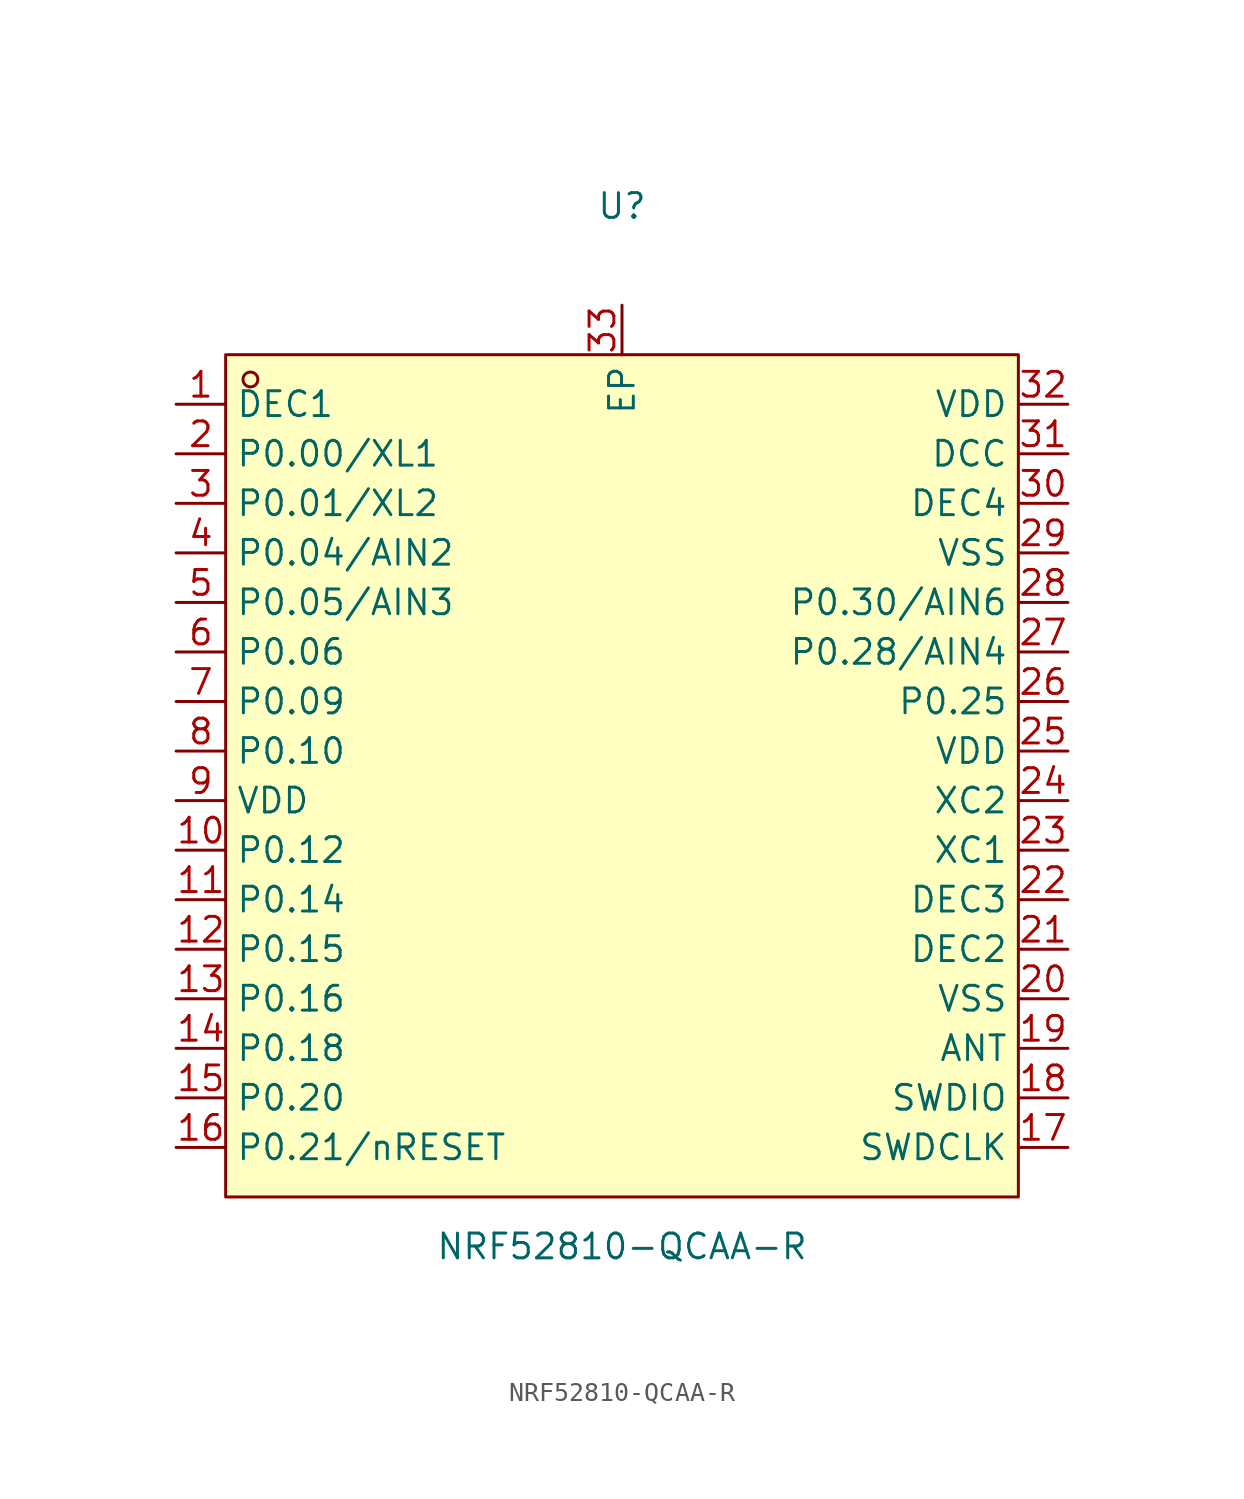
<source format=kicad_sym>
(kicad_symbol_lib
  (version 20211014)
  (generator https://github.com/uPesy/easyeda2kicad.py)
  (symbol "NRF52810-QCAA-R"
    (property "Reference" "U"
      (at 0 29.21 0)
      (effects (font (size 1.27 1.27))))
    (property "Value" "NRF52810-QCAA-R"
      (at 0 -24.13 0)
      (effects (font (size 1.27 1.27))))
    (symbol "NRF52810-QCAA-R_0_1"
      (rectangle (start -20.32 21.59) (end 20.32 -21.59) (stroke (width 0) (type default) (color 0 0 0 0)) (fill (type background)))
      (circle (center -19.05 20.32) (radius 0.38) (stroke (width 0) (type default) (color 0 0 0 0)) (fill (type none)))
      (pin unspecified line (at -22.86 19.05 0) (length 2.54) (name "DEC1" (effects (font (size 1.27 1.27)))) (number "1" (effects (font (size 1.27 1.27)))))
      (pin unspecified line (at -22.86 16.51 0) (length 2.54) (name "P0.00/XL1" (effects (font (size 1.27 1.27)))) (number "2" (effects (font (size 1.27 1.27)))))
      (pin unspecified line (at -22.86 13.97 0) (length 2.54) (name "P0.01/XL2" (effects (font (size 1.27 1.27)))) (number "3" (effects (font (size 1.27 1.27)))))
      (pin unspecified line (at -22.86 11.43 0) (length 2.54) (name "P0.04/AIN2" (effects (font (size 1.27 1.27)))) (number "4" (effects (font (size 1.27 1.27)))))
      (pin unspecified line (at -22.86 8.89 0) (length 2.54) (name "P0.05/AIN3" (effects (font (size 1.27 1.27)))) (number "5" (effects (font (size 1.27 1.27)))))
      (pin unspecified line (at -22.86 6.35 0) (length 2.54) (name "P0.06" (effects (font (size 1.27 1.27)))) (number "6" (effects (font (size 1.27 1.27)))))
      (pin unspecified line (at -22.86 3.81 0) (length 2.54) (name "P0.09" (effects (font (size 1.27 1.27)))) (number "7" (effects (font (size 1.27 1.27)))))
      (pin unspecified line (at -22.86 1.27 0) (length 2.54) (name "P0.10" (effects (font (size 1.27 1.27)))) (number "8" (effects (font (size 1.27 1.27)))))
      (pin unspecified line (at -22.86 -1.27 0) (length 2.54) (name "VDD" (effects (font (size 1.27 1.27)))) (number "9" (effects (font (size 1.27 1.27)))))
      (pin unspecified line (at -22.86 -3.81 0) (length 2.54) (name "P0.12" (effects (font (size 1.27 1.27)))) (number "10" (effects (font (size 1.27 1.27)))))
      (pin unspecified line (at -22.86 -6.35 0) (length 2.54) (name "P0.14" (effects (font (size 1.27 1.27)))) (number "11" (effects (font (size 1.27 1.27)))))
      (pin unspecified line (at -22.86 -8.89 0) (length 2.54) (name "P0.15" (effects (font (size 1.27 1.27)))) (number "12" (effects (font (size 1.27 1.27)))))
      (pin unspecified line (at -22.86 -11.43 0) (length 2.54) (name "P0.16" (effects (font (size 1.27 1.27)))) (number "13" (effects (font (size 1.27 1.27)))))
      (pin unspecified line (at -22.86 -13.97 0) (length 2.54) (name "P0.18" (effects (font (size 1.27 1.27)))) (number "14" (effects (font (size 1.27 1.27)))))
      (pin unspecified line (at -22.86 -16.51 0) (length 2.54) (name "P0.20" (effects (font (size 1.27 1.27)))) (number "15" (effects (font (size 1.27 1.27)))))
      (pin unspecified line (at -22.86 -19.05 0) (length 2.54) (name "P0.21/nRESET" (effects (font (size 1.27 1.27)))) (number "16" (effects (font (size 1.27 1.27)))))
      (pin unspecified line (at 22.86 -19.05 180) (length 2.54) (name "SWDCLK" (effects (font (size 1.27 1.27)))) (number "17" (effects (font (size 1.27 1.27)))))
      (pin unspecified line (at 22.86 -16.51 180) (length 2.54) (name "SWDIO" (effects (font (size 1.27 1.27)))) (number "18" (effects (font (size 1.27 1.27)))))
      (pin unspecified line (at 22.86 -13.97 180) (length 2.54) (name "ANT" (effects (font (size 1.27 1.27)))) (number "19" (effects (font (size 1.27 1.27)))))
      (pin unspecified line (at 22.86 -11.43 180) (length 2.54) (name "VSS" (effects (font (size 1.27 1.27)))) (number "20" (effects (font (size 1.27 1.27)))))
      (pin unspecified line (at 22.86 -8.89 180) (length 2.54) (name "DEC2" (effects (font (size 1.27 1.27)))) (number "21" (effects (font (size 1.27 1.27)))))
      (pin unspecified line (at 22.86 -6.35 180) (length 2.54) (name "DEC3" (effects (font (size 1.27 1.27)))) (number "22" (effects (font (size 1.27 1.27)))))
      (pin unspecified line (at 22.86 -3.81 180) (length 2.54) (name "XC1" (effects (font (size 1.27 1.27)))) (number "23" (effects (font (size 1.27 1.27)))))
      (pin unspecified line (at 22.86 -1.27 180) (length 2.54) (name "XC2" (effects (font (size 1.27 1.27)))) (number "24" (effects (font (size 1.27 1.27)))))
      (pin unspecified line (at 22.86 1.27 180) (length 2.54) (name "VDD" (effects (font (size 1.27 1.27)))) (number "25" (effects (font (size 1.27 1.27)))))
      (pin unspecified line (at 22.86 3.81 180) (length 2.54) (name "P0.25" (effects (font (size 1.27 1.27)))) (number "26" (effects (font (size 1.27 1.27)))))
      (pin unspecified line (at 22.86 6.35 180) (length 2.54) (name "P0.28/AIN4" (effects (font (size 1.27 1.27)))) (number "27" (effects (font (size 1.27 1.27)))))
      (pin unspecified line (at 22.86 8.89 180) (length 2.54) (name "P0.30/AIN6" (effects (font (size 1.27 1.27)))) (number "28" (effects (font (size 1.27 1.27)))))
      (pin unspecified line (at 22.86 11.43 180) (length 2.54) (name "VSS" (effects (font (size 1.27 1.27)))) (number "29" (effects (font (size 1.27 1.27)))))
      (pin unspecified line (at 22.86 13.97 180) (length 2.54) (name "DEC4" (effects (font (size 1.27 1.27)))) (number "30" (effects (font (size 1.27 1.27)))))
      (pin unspecified line (at 22.86 16.51 180) (length 2.54) (name "DCC" (effects (font (size 1.27 1.27)))) (number "31" (effects (font (size 1.27 1.27)))))
      (pin unspecified line (at 22.86 19.05 180) (length 2.54) (name "VDD" (effects (font (size 1.27 1.27)))) (number "32" (effects (font (size 1.27 1.27)))))
      (pin unspecified line (at 0.00 24.13 270) (length 2.54) (name "EP" (effects (font (size 1.27 1.27)))) (number "33" (effects (font (size 1.27 1.27))))))))
</source>
